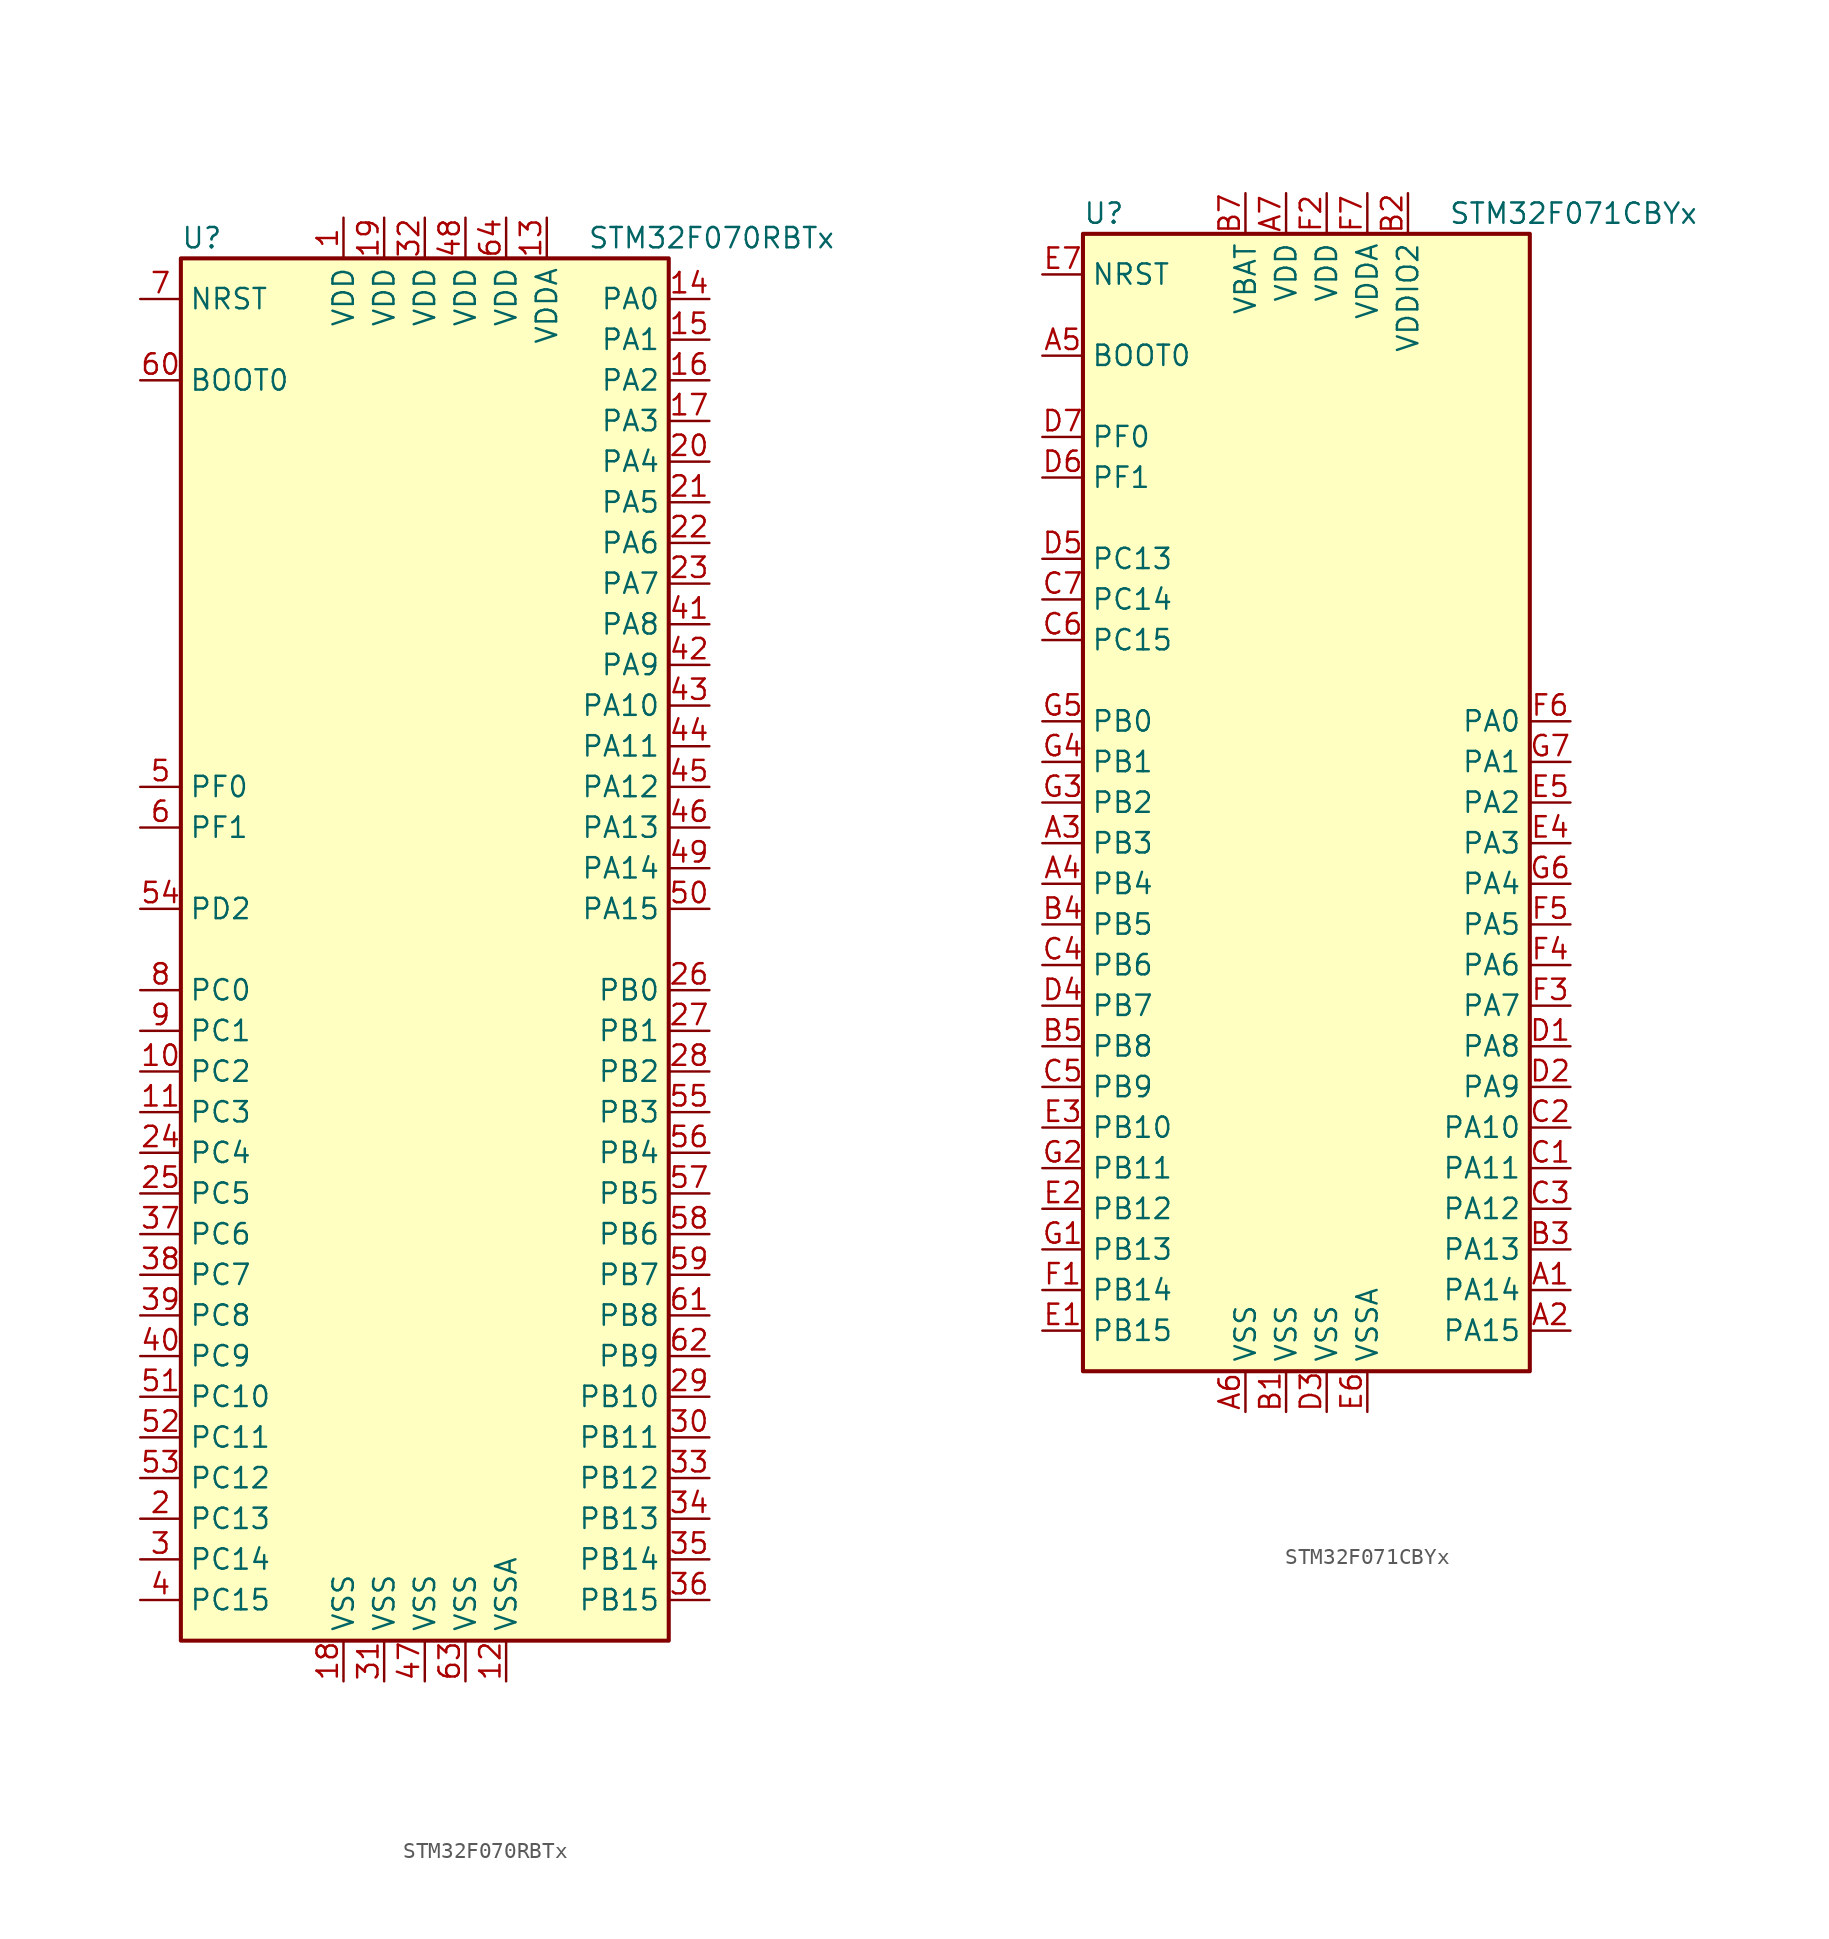
<source format=kicad_sym>
(kicad_symbol_lib
  (version 20211014)
  (generator kicad_symbol_editor)
  (symbol "STM32F070RBTx"
    (property "Reference" "U"
      (at -15.24 44.45 0)
      (effects (font (size 1.27 1.27)) (justify left)))
    (property "Value" "STM32F070RBTx"
      (at 10.16 44.45 0)
      (effects (font (size 1.27 1.27)) (justify left)))
    (symbol "STM32F070RBTx_0_1"
      (rectangle (start -15.24 -43.18) (end 15.24 43.18) (stroke (width 0.254) (type default) (color 0 0 0 0)) (fill (type background))))
    (symbol "STM32F070RBTx_1_1"
      (pin power_in line (at -5.08 45.72 270) (length 2.54) (name "VDD" (effects (font (size 1.27 1.27)))) (number "1" (effects (font (size 1.27 1.27)))))
      (pin bidirectional line (at -17.78 -7.62 0) (length 2.54) (name "PC2" (effects (font (size 1.27 1.27)))) (number "10" (effects (font (size 1.27 1.27)))))
      (pin bidirectional line (at -17.78 -10.16 0) (length 2.54) (name "PC3" (effects (font (size 1.27 1.27)))) (number "11" (effects (font (size 1.27 1.27)))))
      (pin power_in line (at 5.08 -45.72 90) (length 2.54) (name "VSSA" (effects (font (size 1.27 1.27)))) (number "12" (effects (font (size 1.27 1.27)))))
      (pin power_in line (at 7.62 45.72 270) (length 2.54) (name "VDDA" (effects (font (size 1.27 1.27)))) (number "13" (effects (font (size 1.27 1.27)))))
      (pin bidirectional line (at 17.78 40.64 180) (length 2.54) (name "PA0" (effects (font (size 1.27 1.27)))) (number "14" (effects (font (size 1.27 1.27)))))
      (pin bidirectional line (at 17.78 38.1 180) (length 2.54) (name "PA1" (effects (font (size 1.27 1.27)))) (number "15" (effects (font (size 1.27 1.27)))))
      (pin bidirectional line (at 17.78 35.56 180) (length 2.54) (name "PA2" (effects (font (size 1.27 1.27)))) (number "16" (effects (font (size 1.27 1.27)))))
      (pin bidirectional line (at 17.78 33.02 180) (length 2.54) (name "PA3" (effects (font (size 1.27 1.27)))) (number "17" (effects (font (size 1.27 1.27)))))
      (pin power_in line (at -5.08 -45.72 90) (length 2.54) (name "VSS" (effects (font (size 1.27 1.27)))) (number "18" (effects (font (size 1.27 1.27)))))
      (pin power_in line (at -2.54 45.72 270) (length 2.54) (name "VDD" (effects (font (size 1.27 1.27)))) (number "19" (effects (font (size 1.27 1.27)))))
      (pin bidirectional line (at -17.78 -35.56 0) (length 2.54) (name "PC13" (effects (font (size 1.27 1.27)))) (number "2" (effects (font (size 1.27 1.27)))))
      (pin bidirectional line (at 17.78 30.48 180) (length 2.54) (name "PA4" (effects (font (size 1.27 1.27)))) (number "20" (effects (font (size 1.27 1.27)))))
      (pin bidirectional line (at 17.78 27.94 180) (length 2.54) (name "PA5" (effects (font (size 1.27 1.27)))) (number "21" (effects (font (size 1.27 1.27)))))
      (pin bidirectional line (at 17.78 25.4 180) (length 2.54) (name "PA6" (effects (font (size 1.27 1.27)))) (number "22" (effects (font (size 1.27 1.27)))))
      (pin bidirectional line (at 17.78 22.86 180) (length 2.54) (name "PA7" (effects (font (size 1.27 1.27)))) (number "23" (effects (font (size 1.27 1.27)))))
      (pin bidirectional line (at -17.78 -12.7 0) (length 2.54) (name "PC4" (effects (font (size 1.27 1.27)))) (number "24" (effects (font (size 1.27 1.27)))))
      (pin bidirectional line (at -17.78 -15.24 0) (length 2.54) (name "PC5" (effects (font (size 1.27 1.27)))) (number "25" (effects (font (size 1.27 1.27)))))
      (pin bidirectional line (at 17.78 -2.54 180) (length 2.54) (name "PB0" (effects (font (size 1.27 1.27)))) (number "26" (effects (font (size 1.27 1.27)))))
      (pin bidirectional line (at 17.78 -5.08 180) (length 2.54) (name "PB1" (effects (font (size 1.27 1.27)))) (number "27" (effects (font (size 1.27 1.27)))))
      (pin bidirectional line (at 17.78 -7.62 180) (length 2.54) (name "PB2" (effects (font (size 1.27 1.27)))) (number "28" (effects (font (size 1.27 1.27)))))
      (pin bidirectional line (at 17.78 -27.94 180) (length 2.54) (name "PB10" (effects (font (size 1.27 1.27)))) (number "29" (effects (font (size 1.27 1.27)))))
      (pin bidirectional line (at -17.78 -38.1 0) (length 2.54) (name "PC14" (effects (font (size 1.27 1.27)))) (number "3" (effects (font (size 1.27 1.27)))))
      (pin bidirectional line (at 17.78 -30.48 180) (length 2.54) (name "PB11" (effects (font (size 1.27 1.27)))) (number "30" (effects (font (size 1.27 1.27)))))
      (pin power_in line (at -2.54 -45.72 90) (length 2.54) (name "VSS" (effects (font (size 1.27 1.27)))) (number "31" (effects (font (size 1.27 1.27)))))
      (pin power_in line (at 0 45.72 270) (length 2.54) (name "VDD" (effects (font (size 1.27 1.27)))) (number "32" (effects (font (size 1.27 1.27)))))
      (pin bidirectional line (at 17.78 -33.02 180) (length 2.54) (name "PB12" (effects (font (size 1.27 1.27)))) (number "33" (effects (font (size 1.27 1.27)))))
      (pin bidirectional line (at 17.78 -35.56 180) (length 2.54) (name "PB13" (effects (font (size 1.27 1.27)))) (number "34" (effects (font (size 1.27 1.27)))))
      (pin bidirectional line (at 17.78 -38.1 180) (length 2.54) (name "PB14" (effects (font (size 1.27 1.27)))) (number "35" (effects (font (size 1.27 1.27)))))
      (pin bidirectional line (at 17.78 -40.64 180) (length 2.54) (name "PB15" (effects (font (size 1.27 1.27)))) (number "36" (effects (font (size 1.27 1.27)))))
      (pin bidirectional line (at -17.78 -17.78 0) (length 2.54) (name "PC6" (effects (font (size 1.27 1.27)))) (number "37" (effects (font (size 1.27 1.27)))))
      (pin bidirectional line (at -17.78 -20.32 0) (length 2.54) (name "PC7" (effects (font (size 1.27 1.27)))) (number "38" (effects (font (size 1.27 1.27)))))
      (pin bidirectional line (at -17.78 -22.86 0) (length 2.54) (name "PC8" (effects (font (size 1.27 1.27)))) (number "39" (effects (font (size 1.27 1.27)))))
      (pin bidirectional line (at -17.78 -40.64 0) (length 2.54) (name "PC15" (effects (font (size 1.27 1.27)))) (number "4" (effects (font (size 1.27 1.27)))))
      (pin bidirectional line (at -17.78 -25.4 0) (length 2.54) (name "PC9" (effects (font (size 1.27 1.27)))) (number "40" (effects (font (size 1.27 1.27)))))
      (pin bidirectional line (at 17.78 20.32 180) (length 2.54) (name "PA8" (effects (font (size 1.27 1.27)))) (number "41" (effects (font (size 1.27 1.27)))))
      (pin bidirectional line (at 17.78 17.78 180) (length 2.54) (name "PA9" (effects (font (size 1.27 1.27)))) (number "42" (effects (font (size 1.27 1.27)))))
      (pin bidirectional line (at 17.78 15.24 180) (length 2.54) (name "PA10" (effects (font (size 1.27 1.27)))) (number "43" (effects (font (size 1.27 1.27)))))
      (pin bidirectional line (at 17.78 12.7 180) (length 2.54) (name "PA11" (effects (font (size 1.27 1.27)))) (number "44" (effects (font (size 1.27 1.27)))))
      (pin bidirectional line (at 17.78 10.16 180) (length 2.54) (name "PA12" (effects (font (size 1.27 1.27)))) (number "45" (effects (font (size 1.27 1.27)))))
      (pin bidirectional line (at 17.78 7.62 180) (length 2.54) (name "PA13" (effects (font (size 1.27 1.27)))) (number "46" (effects (font (size 1.27 1.27)))))
      (pin power_in line (at 0 -45.72 90) (length 2.54) (name "VSS" (effects (font (size 1.27 1.27)))) (number "47" (effects (font (size 1.27 1.27)))))
      (pin power_in line (at 2.54 45.72 270) (length 2.54) (name "VDD" (effects (font (size 1.27 1.27)))) (number "48" (effects (font (size 1.27 1.27)))))
      (pin bidirectional line (at 17.78 5.08 180) (length 2.54) (name "PA14" (effects (font (size 1.27 1.27)))) (number "49" (effects (font (size 1.27 1.27)))))
      (pin input line (at -17.78 10.16 0) (length 2.54) (name "PF0" (effects (font (size 1.27 1.27)))) (number "5" (effects (font (size 1.27 1.27)))))
      (pin bidirectional line (at 17.78 2.54 180) (length 2.54) (name "PA15" (effects (font (size 1.27 1.27)))) (number "50" (effects (font (size 1.27 1.27)))))
      (pin bidirectional line (at -17.78 -27.94 0) (length 2.54) (name "PC10" (effects (font (size 1.27 1.27)))) (number "51" (effects (font (size 1.27 1.27)))))
      (pin bidirectional line (at -17.78 -30.48 0) (length 2.54) (name "PC11" (effects (font (size 1.27 1.27)))) (number "52" (effects (font (size 1.27 1.27)))))
      (pin bidirectional line (at -17.78 -33.02 0) (length 2.54) (name "PC12" (effects (font (size 1.27 1.27)))) (number "53" (effects (font (size 1.27 1.27)))))
      (pin bidirectional line (at -17.78 2.54 0) (length 2.54) (name "PD2" (effects (font (size 1.27 1.27)))) (number "54" (effects (font (size 1.27 1.27)))))
      (pin bidirectional line (at 17.78 -10.16 180) (length 2.54) (name "PB3" (effects (font (size 1.27 1.27)))) (number "55" (effects (font (size 1.27 1.27)))))
      (pin bidirectional line (at 17.78 -12.7 180) (length 2.54) (name "PB4" (effects (font (size 1.27 1.27)))) (number "56" (effects (font (size 1.27 1.27)))))
      (pin bidirectional line (at 17.78 -15.24 180) (length 2.54) (name "PB5" (effects (font (size 1.27 1.27)))) (number "57" (effects (font (size 1.27 1.27)))))
      (pin bidirectional line (at 17.78 -17.78 180) (length 2.54) (name "PB6" (effects (font (size 1.27 1.27)))) (number "58" (effects (font (size 1.27 1.27)))))
      (pin bidirectional line (at 17.78 -20.32 180) (length 2.54) (name "PB7" (effects (font (size 1.27 1.27)))) (number "59" (effects (font (size 1.27 1.27)))))
      (pin input line (at -17.78 7.62 0) (length 2.54) (name "PF1" (effects (font (size 1.27 1.27)))) (number "6" (effects (font (size 1.27 1.27)))))
      (pin input line (at -17.78 35.56 0) (length 2.54) (name "BOOT0" (effects (font (size 1.27 1.27)))) (number "60" (effects (font (size 1.27 1.27)))))
      (pin bidirectional line (at 17.78 -22.86 180) (length 2.54) (name "PB8" (effects (font (size 1.27 1.27)))) (number "61" (effects (font (size 1.27 1.27)))))
      (pin bidirectional line (at 17.78 -25.4 180) (length 2.54) (name "PB9" (effects (font (size 1.27 1.27)))) (number "62" (effects (font (size 1.27 1.27)))))
      (pin power_in line (at 2.54 -45.72 90) (length 2.54) (name "VSS" (effects (font (size 1.27 1.27)))) (number "63" (effects (font (size 1.27 1.27)))))
      (pin power_in line (at 5.08 45.72 270) (length 2.54) (name "VDD" (effects (font (size 1.27 1.27)))) (number "64" (effects (font (size 1.27 1.27)))))
      (pin input line (at -17.78 40.64 0) (length 2.54) (name "NRST" (effects (font (size 1.27 1.27)))) (number "7" (effects (font (size 1.27 1.27)))))
      (pin bidirectional line (at -17.78 -2.54 0) (length 2.54) (name "PC0" (effects (font (size 1.27 1.27)))) (number "8" (effects (font (size 1.27 1.27)))))
      (pin bidirectional line (at -17.78 -5.08 0) (length 2.54) (name "PC1" (effects (font (size 1.27 1.27)))) (number "9" (effects (font (size 1.27 1.27)))))))
  (symbol "STM32F071CBYx"
    (property "Reference" "U"
      (at -15.24 36.83 0)
      (effects (font (size 1.27 1.27)) (justify left)))
    (property "Value" "STM32F071CBYx"
      (at 7.62 36.83 0)
      (effects (font (size 1.27 1.27)) (justify left)))
    (symbol "STM32F071CBYx_0_1"
      (rectangle (start -15.24 -35.56) (end 12.7 35.56) (stroke (width 0.254) (type default) (color 0 0 0 0)) (fill (type background))))
    (symbol "STM32F071CBYx_1_1"
      (pin bidirectional line (at 15.24 -30.48 180) (length 2.54) (name "PA14" (effects (font (size 1.27 1.27)))) (number "A1" (effects (font (size 1.27 1.27)))))
      (pin bidirectional line (at 15.24 -33.02 180) (length 2.54) (name "PA15" (effects (font (size 1.27 1.27)))) (number "A2" (effects (font (size 1.27 1.27)))))
      (pin bidirectional line (at -17.78 -2.54 0) (length 2.54) (name "PB3" (effects (font (size 1.27 1.27)))) (number "A3" (effects (font (size 1.27 1.27)))))
      (pin bidirectional line (at -17.78 -5.08 0) (length 2.54) (name "PB4" (effects (font (size 1.27 1.27)))) (number "A4" (effects (font (size 1.27 1.27)))))
      (pin input line (at -17.78 27.94 0) (length 2.54) (name "BOOT0" (effects (font (size 1.27 1.27)))) (number "A5" (effects (font (size 1.27 1.27)))))
      (pin power_in line (at -5.08 -38.1 90) (length 2.54) (name "VSS" (effects (font (size 1.27 1.27)))) (number "A6" (effects (font (size 1.27 1.27)))))
      (pin power_in line (at -2.54 38.1 270) (length 2.54) (name "VDD" (effects (font (size 1.27 1.27)))) (number "A7" (effects (font (size 1.27 1.27)))))
      (pin power_in line (at -2.54 -38.1 90) (length 2.54) (name "VSS" (effects (font (size 1.27 1.27)))) (number "B1" (effects (font (size 1.27 1.27)))))
      (pin power_in line (at 5.08 38.1 270) (length 2.54) (name "VDDIO2" (effects (font (size 1.27 1.27)))) (number "B2" (effects (font (size 1.27 1.27)))))
      (pin bidirectional line (at 15.24 -27.94 180) (length 2.54) (name "PA13" (effects (font (size 1.27 1.27)))) (number "B3" (effects (font (size 1.27 1.27)))))
      (pin bidirectional line (at -17.78 -7.62 0) (length 2.54) (name "PB5" (effects (font (size 1.27 1.27)))) (number "B4" (effects (font (size 1.27 1.27)))))
      (pin bidirectional line (at -17.78 -15.24 0) (length 2.54) (name "PB8" (effects (font (size 1.27 1.27)))) (number "B5" (effects (font (size 1.27 1.27)))))
      (pin no_connect line (at -15.24 -33.02 0) (length 2.54) hide (name "NC" (effects (font (size 1.27 1.27)))) (number "B6" (effects (font (size 1.27 1.27)))))
      (pin power_in line (at -5.08 38.1 270) (length 2.54) (name "VBAT" (effects (font (size 1.27 1.27)))) (number "B7" (effects (font (size 1.27 1.27)))))
      (pin bidirectional line (at 15.24 -22.86 180) (length 2.54) (name "PA11" (effects (font (size 1.27 1.27)))) (number "C1" (effects (font (size 1.27 1.27)))))
      (pin bidirectional line (at 15.24 -20.32 180) (length 2.54) (name "PA10" (effects (font (size 1.27 1.27)))) (number "C2" (effects (font (size 1.27 1.27)))))
      (pin bidirectional line (at 15.24 -25.4 180) (length 2.54) (name "PA12" (effects (font (size 1.27 1.27)))) (number "C3" (effects (font (size 1.27 1.27)))))
      (pin bidirectional line (at -17.78 -10.16 0) (length 2.54) (name "PB6" (effects (font (size 1.27 1.27)))) (number "C4" (effects (font (size 1.27 1.27)))))
      (pin bidirectional line (at -17.78 -17.78 0) (length 2.54) (name "PB9" (effects (font (size 1.27 1.27)))) (number "C5" (effects (font (size 1.27 1.27)))))
      (pin bidirectional line (at -17.78 10.16 0) (length 2.54) (name "PC15" (effects (font (size 1.27 1.27)))) (number "C6" (effects (font (size 1.27 1.27)))))
      (pin bidirectional line (at -17.78 12.7 0) (length 2.54) (name "PC14" (effects (font (size 1.27 1.27)))) (number "C7" (effects (font (size 1.27 1.27)))))
      (pin bidirectional line (at 15.24 -15.24 180) (length 2.54) (name "PA8" (effects (font (size 1.27 1.27)))) (number "D1" (effects (font (size 1.27 1.27)))))
      (pin bidirectional line (at 15.24 -17.78 180) (length 2.54) (name "PA9" (effects (font (size 1.27 1.27)))) (number "D2" (effects (font (size 1.27 1.27)))))
      (pin power_in line (at 0 -38.1 90) (length 2.54) (name "VSS" (effects (font (size 1.27 1.27)))) (number "D3" (effects (font (size 1.27 1.27)))))
      (pin bidirectional line (at -17.78 -12.7 0) (length 2.54) (name "PB7" (effects (font (size 1.27 1.27)))) (number "D4" (effects (font (size 1.27 1.27)))))
      (pin bidirectional line (at -17.78 15.24 0) (length 2.54) (name "PC13" (effects (font (size 1.27 1.27)))) (number "D5" (effects (font (size 1.27 1.27)))))
      (pin input line (at -17.78 20.32 0) (length 2.54) (name "PF1" (effects (font (size 1.27 1.27)))) (number "D6" (effects (font (size 1.27 1.27)))))
      (pin input line (at -17.78 22.86 0) (length 2.54) (name "PF0" (effects (font (size 1.27 1.27)))) (number "D7" (effects (font (size 1.27 1.27)))))
      (pin bidirectional line (at -17.78 -33.02 0) (length 2.54) (name "PB15" (effects (font (size 1.27 1.27)))) (number "E1" (effects (font (size 1.27 1.27)))))
      (pin bidirectional line (at -17.78 -25.4 0) (length 2.54) (name "PB12" (effects (font (size 1.27 1.27)))) (number "E2" (effects (font (size 1.27 1.27)))))
      (pin bidirectional line (at -17.78 -20.32 0) (length 2.54) (name "PB10" (effects (font (size 1.27 1.27)))) (number "E3" (effects (font (size 1.27 1.27)))))
      (pin bidirectional line (at 15.24 -2.54 180) (length 2.54) (name "PA3" (effects (font (size 1.27 1.27)))) (number "E4" (effects (font (size 1.27 1.27)))))
      (pin bidirectional line (at 15.24 0 180) (length 2.54) (name "PA2" (effects (font (size 1.27 1.27)))) (number "E5" (effects (font (size 1.27 1.27)))))
      (pin power_in line (at 2.54 -38.1 90) (length 2.54) (name "VSSA" (effects (font (size 1.27 1.27)))) (number "E6" (effects (font (size 1.27 1.27)))))
      (pin input line (at -17.78 33.02 0) (length 2.54) (name "NRST" (effects (font (size 1.27 1.27)))) (number "E7" (effects (font (size 1.27 1.27)))))
      (pin bidirectional line (at -17.78 -30.48 0) (length 2.54) (name "PB14" (effects (font (size 1.27 1.27)))) (number "F1" (effects (font (size 1.27 1.27)))))
      (pin power_in line (at 0 38.1 270) (length 2.54) (name "VDD" (effects (font (size 1.27 1.27)))) (number "F2" (effects (font (size 1.27 1.27)))))
      (pin bidirectional line (at 15.24 -12.7 180) (length 2.54) (name "PA7" (effects (font (size 1.27 1.27)))) (number "F3" (effects (font (size 1.27 1.27)))))
      (pin bidirectional line (at 15.24 -10.16 180) (length 2.54) (name "PA6" (effects (font (size 1.27 1.27)))) (number "F4" (effects (font (size 1.27 1.27)))))
      (pin bidirectional line (at 15.24 -7.62 180) (length 2.54) (name "PA5" (effects (font (size 1.27 1.27)))) (number "F5" (effects (font (size 1.27 1.27)))))
      (pin bidirectional line (at 15.24 5.08 180) (length 2.54) (name "PA0" (effects (font (size 1.27 1.27)))) (number "F6" (effects (font (size 1.27 1.27)))))
      (pin power_in line (at 2.54 38.1 270) (length 2.54) (name "VDDA" (effects (font (size 1.27 1.27)))) (number "F7" (effects (font (size 1.27 1.27)))))
      (pin bidirectional line (at -17.78 -27.94 0) (length 2.54) (name "PB13" (effects (font (size 1.27 1.27)))) (number "G1" (effects (font (size 1.27 1.27)))))
      (pin bidirectional line (at -17.78 -22.86 0) (length 2.54) (name "PB11" (effects (font (size 1.27 1.27)))) (number "G2" (effects (font (size 1.27 1.27)))))
      (pin bidirectional line (at -17.78 0 0) (length 2.54) (name "PB2" (effects (font (size 1.27 1.27)))) (number "G3" (effects (font (size 1.27 1.27)))))
      (pin bidirectional line (at -17.78 2.54 0) (length 2.54) (name "PB1" (effects (font (size 1.27 1.27)))) (number "G4" (effects (font (size 1.27 1.27)))))
      (pin bidirectional line (at -17.78 5.08 0) (length 2.54) (name "PB0" (effects (font (size 1.27 1.27)))) (number "G5" (effects (font (size 1.27 1.27)))))
      (pin bidirectional line (at 15.24 -5.08 180) (length 2.54) (name "PA4" (effects (font (size 1.27 1.27)))) (number "G6" (effects (font (size 1.27 1.27)))))
      (pin bidirectional line (at 15.24 2.54 180) (length 2.54) (name "PA1" (effects (font (size 1.27 1.27)))) (number "G7" (effects (font (size 1.27 1.27))))))))
</source>
